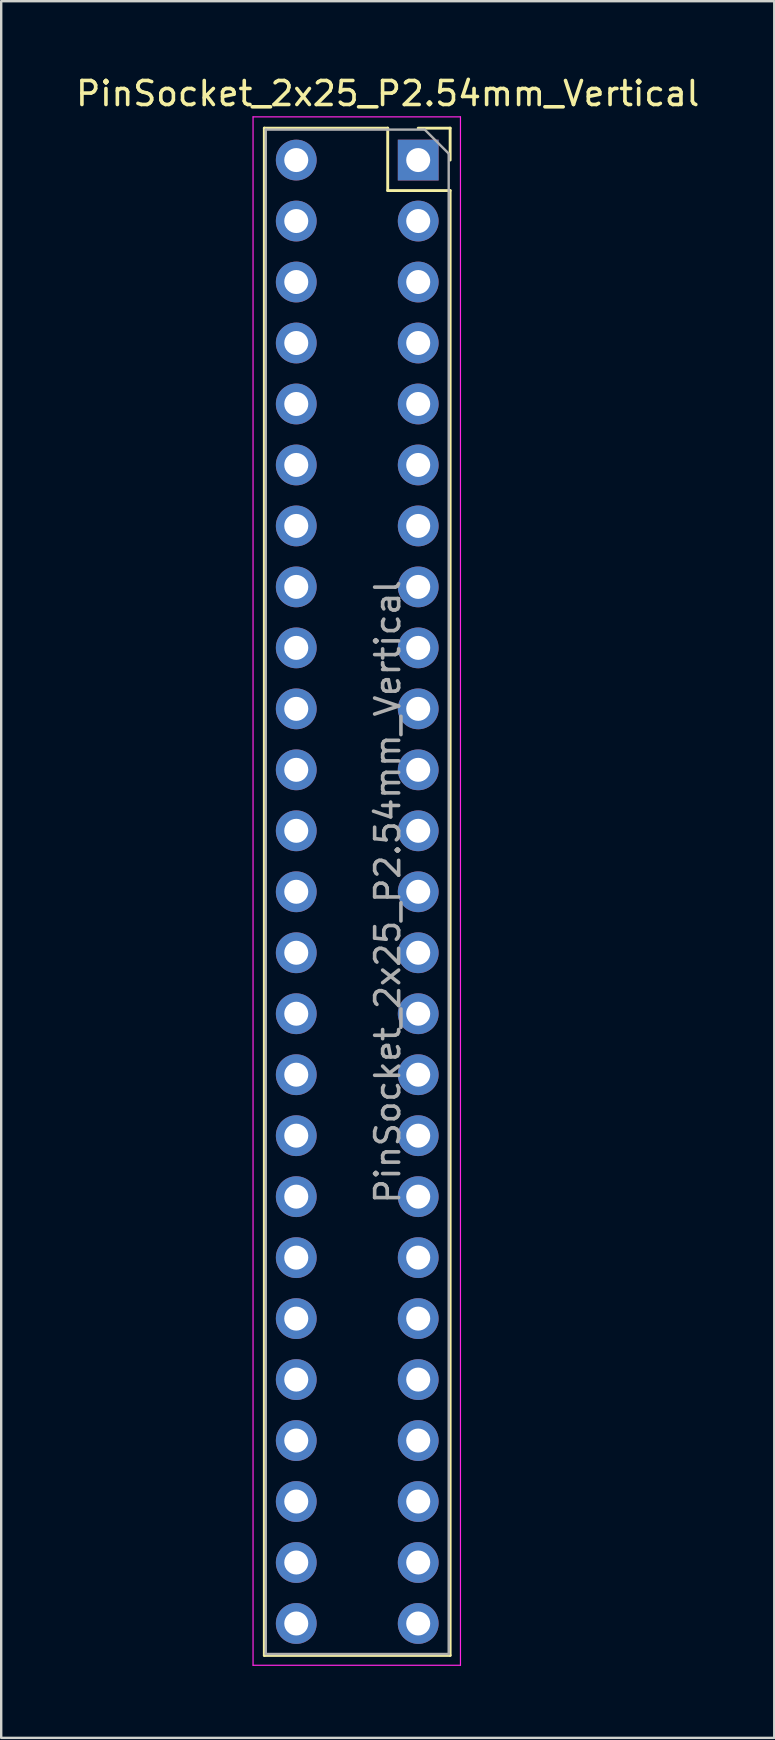
<source format=kicad_pcb>
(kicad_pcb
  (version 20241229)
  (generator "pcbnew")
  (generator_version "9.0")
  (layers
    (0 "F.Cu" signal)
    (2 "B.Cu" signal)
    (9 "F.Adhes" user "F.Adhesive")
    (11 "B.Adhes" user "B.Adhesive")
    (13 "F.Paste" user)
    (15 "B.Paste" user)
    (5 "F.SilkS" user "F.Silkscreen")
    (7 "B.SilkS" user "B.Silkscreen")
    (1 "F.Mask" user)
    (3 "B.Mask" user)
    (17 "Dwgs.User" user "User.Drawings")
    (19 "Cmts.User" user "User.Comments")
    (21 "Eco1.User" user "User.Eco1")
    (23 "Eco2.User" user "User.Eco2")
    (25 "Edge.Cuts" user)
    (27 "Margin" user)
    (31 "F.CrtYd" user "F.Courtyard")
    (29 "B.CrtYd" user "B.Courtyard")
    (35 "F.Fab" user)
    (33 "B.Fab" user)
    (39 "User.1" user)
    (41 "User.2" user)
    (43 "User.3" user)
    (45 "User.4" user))
  (footprint "PinSocket_2x25_P2.54mm_Vertical"
    (layer "F.Cu")
    (at 14.371 3.618)
    (property "Reference" "PinSocket_2x25_P2.54mm_Vertical" (at -1.27 -2.77 0) (layer "F.SilkS") (effects (font (size 1 1) (thickness 0.15))))
    (attr through_hole)
    (fp_line (start -6.41 -1.33) (end -6.41 62.29) (stroke (width 0.12) (type solid)) (layer "F.SilkS"))
    (fp_line (start -6.41 -1.33) (end -1.27 -1.33) (stroke (width 0.12) (type solid)) (layer "F.SilkS"))
    (fp_line (start -6.41 62.29) (end 1.33 62.29) (stroke (width 0.12) (type solid)) (layer "F.SilkS"))
    (fp_line (start -1.27 -1.33) (end -1.27 1.27) (stroke (width 0.12) (type solid)) (layer "F.SilkS"))
    (fp_line (start -1.27 1.27) (end 1.33 1.27) (stroke (width 0.12) (type solid)) (layer "F.SilkS"))
    (fp_line (start 0 -1.33) (end 1.33 -1.33) (stroke (width 0.12) (type solid)) (layer "F.SilkS"))
    (fp_line (start 1.33 -1.33) (end 1.33 0) (stroke (width 0.12) (type solid)) (layer "F.SilkS"))
    (fp_line (start 1.33 1.27) (end 1.33 62.29) (stroke (width 0.12) (type solid)) (layer "F.SilkS"))
    (fp_line (start -6.88 -1.8) (end 1.76 -1.8) (stroke (width 0.05) (type solid)) (layer "F.CrtYd"))
    (fp_line (start -6.88 62.7) (end -6.88 -1.8) (stroke (width 0.05) (type solid)) (layer "F.CrtYd"))
    (fp_line (start 1.76 -1.8) (end 1.76 62.7) (stroke (width 0.05) (type solid)) (layer "F.CrtYd"))
    (fp_line (start 1.76 62.7) (end -6.88 62.7) (stroke (width 0.05) (type solid)) (layer "F.CrtYd"))
    (fp_line (start -6.35 -1.27) (end 0.27 -1.27) (stroke (width 0.1) (type solid)) (layer "F.Fab"))
    (fp_line (start -6.35 62.23) (end -6.35 -1.27) (stroke (width 0.1) (type solid)) (layer "F.Fab"))
    (fp_line (start 0.27 -1.27) (end 1.27 -0.27) (stroke (width 0.1) (type solid)) (layer "F.Fab"))
    (fp_line (start 1.27 -0.27) (end 1.27 62.23) (stroke (width 0.1) (type solid)) (layer "F.Fab"))
    (fp_line (start 1.27 62.23) (end -6.35 62.23) (stroke (width 0.1) (type solid)) (layer "F.Fab"))
    (fp_text user "${REFERENCE}" (at -1.27 30.48 90) (layer "F.Fab") (effects (font (size 1 1) (thickness 0.15))))
    (pad "1" thru_hole rect (at 0 0) (size 1.7 1.7) (drill 1) (layers "*.Cu" "*.Mask"))
    (pad "2" thru_hole oval (at -5.08 0) (size 1.7 1.7) (drill 1) (layers "*.Cu" "*.Mask"))
    (pad "3" thru_hole oval (at 0 2.54) (size 1.7 1.7) (drill 1) (layers "*.Cu" "*.Mask"))
    (pad "4" thru_hole oval (at -5.08 2.54) (size 1.7 1.7) (drill 1) (layers "*.Cu" "*.Mask"))
    (pad "5" thru_hole oval (at 0 5.08) (size 1.7 1.7) (drill 1) (layers "*.Cu" "*.Mask"))
    (pad "6" thru_hole oval (at -5.08 5.08) (size 1.7 1.7) (drill 1) (layers "*.Cu" "*.Mask"))
    (pad "7" thru_hole oval (at 0 7.62) (size 1.7 1.7) (drill 1) (layers "*.Cu" "*.Mask"))
    (pad "8" thru_hole oval (at -5.08 7.62) (size 1.7 1.7) (drill 1) (layers "*.Cu" "*.Mask"))
    (pad "9" thru_hole oval (at 0 10.16) (size 1.7 1.7) (drill 1) (layers "*.Cu" "*.Mask"))
    (pad "10" thru_hole oval (at -5.08 10.16) (size 1.7 1.7) (drill 1) (layers "*.Cu" "*.Mask"))
    (pad "11" thru_hole oval (at 0 12.7) (size 1.7 1.7) (drill 1) (layers "*.Cu" "*.Mask"))
    (pad "12" thru_hole oval (at -5.08 12.7) (size 1.7 1.7) (drill 1) (layers "*.Cu" "*.Mask"))
    (pad "13" thru_hole oval (at 0 15.24) (size 1.7 1.7) (drill 1) (layers "*.Cu" "*.Mask"))
    (pad "14" thru_hole oval (at -5.08 15.24) (size 1.7 1.7) (drill 1) (layers "*.Cu" "*.Mask"))
    (pad "15" thru_hole oval (at 0 17.78) (size 1.7 1.7) (drill 1) (layers "*.Cu" "*.Mask"))
    (pad "16" thru_hole oval (at -5.08 17.78) (size 1.7 1.7) (drill 1) (layers "*.Cu" "*.Mask"))
    (pad "17" thru_hole oval (at 0 20.32) (size 1.7 1.7) (drill 1) (layers "*.Cu" "*.Mask"))
    (pad "18" thru_hole oval (at -5.08 20.32) (size 1.7 1.7) (drill 1) (layers "*.Cu" "*.Mask"))
    (pad "19" thru_hole oval (at 0 22.86) (size 1.7 1.7) (drill 1) (layers "*.Cu" "*.Mask"))
    (pad "20" thru_hole oval (at -5.08 22.86) (size 1.7 1.7) (drill 1) (layers "*.Cu" "*.Mask"))
    (pad "21" thru_hole oval (at 0 25.4) (size 1.7 1.7) (drill 1) (layers "*.Cu" "*.Mask"))
    (pad "22" thru_hole oval (at -5.08 25.4) (size 1.7 1.7) (drill 1) (layers "*.Cu" "*.Mask"))
    (pad "23" thru_hole oval (at 0 27.94) (size 1.7 1.7) (drill 1) (layers "*.Cu" "*.Mask"))
    (pad "24" thru_hole oval (at -5.08 27.94) (size 1.7 1.7) (drill 1) (layers "*.Cu" "*.Mask"))
    (pad "25" thru_hole oval (at 0 30.48) (size 1.7 1.7) (drill 1) (layers "*.Cu" "*.Mask"))
    (pad "26" thru_hole oval (at -5.08 30.48) (size 1.7 1.7) (drill 1) (layers "*.Cu" "*.Mask"))
    (pad "27" thru_hole oval (at 0 33.02) (size 1.7 1.7) (drill 1) (layers "*.Cu" "*.Mask"))
    (pad "28" thru_hole oval (at -5.08 33.02) (size 1.7 1.7) (drill 1) (layers "*.Cu" "*.Mask"))
    (pad "29" thru_hole oval (at 0 35.56) (size 1.7 1.7) (drill 1) (layers "*.Cu" "*.Mask"))
    (pad "30" thru_hole oval (at -5.08 35.56) (size 1.7 1.7) (drill 1) (layers "*.Cu" "*.Mask"))
    (pad "31" thru_hole oval (at 0 38.1) (size 1.7 1.7) (drill 1) (layers "*.Cu" "*.Mask"))
    (pad "32" thru_hole oval (at -5.08 38.1) (size 1.7 1.7) (drill 1) (layers "*.Cu" "*.Mask"))
    (pad "33" thru_hole oval (at 0 40.64) (size 1.7 1.7) (drill 1) (layers "*.Cu" "*.Mask"))
    (pad "34" thru_hole oval (at -5.08 40.64) (size 1.7 1.7) (drill 1) (layers "*.Cu" "*.Mask"))
    (pad "35" thru_hole oval (at 0 43.18) (size 1.7 1.7) (drill 1) (layers "*.Cu" "*.Mask"))
    (pad "36" thru_hole oval (at -5.08 43.18) (size 1.7 1.7) (drill 1) (layers "*.Cu" "*.Mask"))
    (pad "37" thru_hole oval (at 0 45.72) (size 1.7 1.7) (drill 1) (layers "*.Cu" "*.Mask"))
    (pad "38" thru_hole oval (at -5.08 45.72) (size 1.7 1.7) (drill 1) (layers "*.Cu" "*.Mask"))
    (pad "39" thru_hole oval (at 0 48.26) (size 1.7 1.7) (drill 1) (layers "*.Cu" "*.Mask"))
    (pad "40" thru_hole oval (at -5.08 48.26) (size 1.7 1.7) (drill 1) (layers "*.Cu" "*.Mask"))
    (pad "41" thru_hole oval (at 0 50.8) (size 1.7 1.7) (drill 1) (layers "*.Cu" "*.Mask"))
    (pad "42" thru_hole oval (at -5.08 50.8) (size 1.7 1.7) (drill 1) (layers "*.Cu" "*.Mask"))
    (pad "43" thru_hole oval (at 0 53.34) (size 1.7 1.7) (drill 1) (layers "*.Cu" "*.Mask"))
    (pad "44" thru_hole oval (at -5.08 53.34) (size 1.7 1.7) (drill 1) (layers "*.Cu" "*.Mask"))
    (pad "45" thru_hole oval (at 0 55.88) (size 1.7 1.7) (drill 1) (layers "*.Cu" "*.Mask"))
    (pad "46" thru_hole oval (at -5.08 55.88) (size 1.7 1.7) (drill 1) (layers "*.Cu" "*.Mask"))
    (pad "47" thru_hole oval (at 0 58.42) (size 1.7 1.7) (drill 1) (layers "*.Cu" "*.Mask"))
    (pad "48" thru_hole oval (at -5.08 58.42) (size 1.7 1.7) (drill 1) (layers "*.Cu" "*.Mask"))
    (pad "49" thru_hole oval (at 0 60.96) (size 1.7 1.7) (drill 1) (layers "*.Cu" "*.Mask"))
    (pad "50" thru_hole oval (at -5.08 60.96) (size 1.7 1.7) (drill 1) (layers "*.Cu" "*.Mask")))
  (gr_rect
    (start -3 -3)
    (end 29.202 69.343)
    (stroke (width 0.1) (type default))
    (fill no)
    (layer "Edge.Cuts")))
</source>
